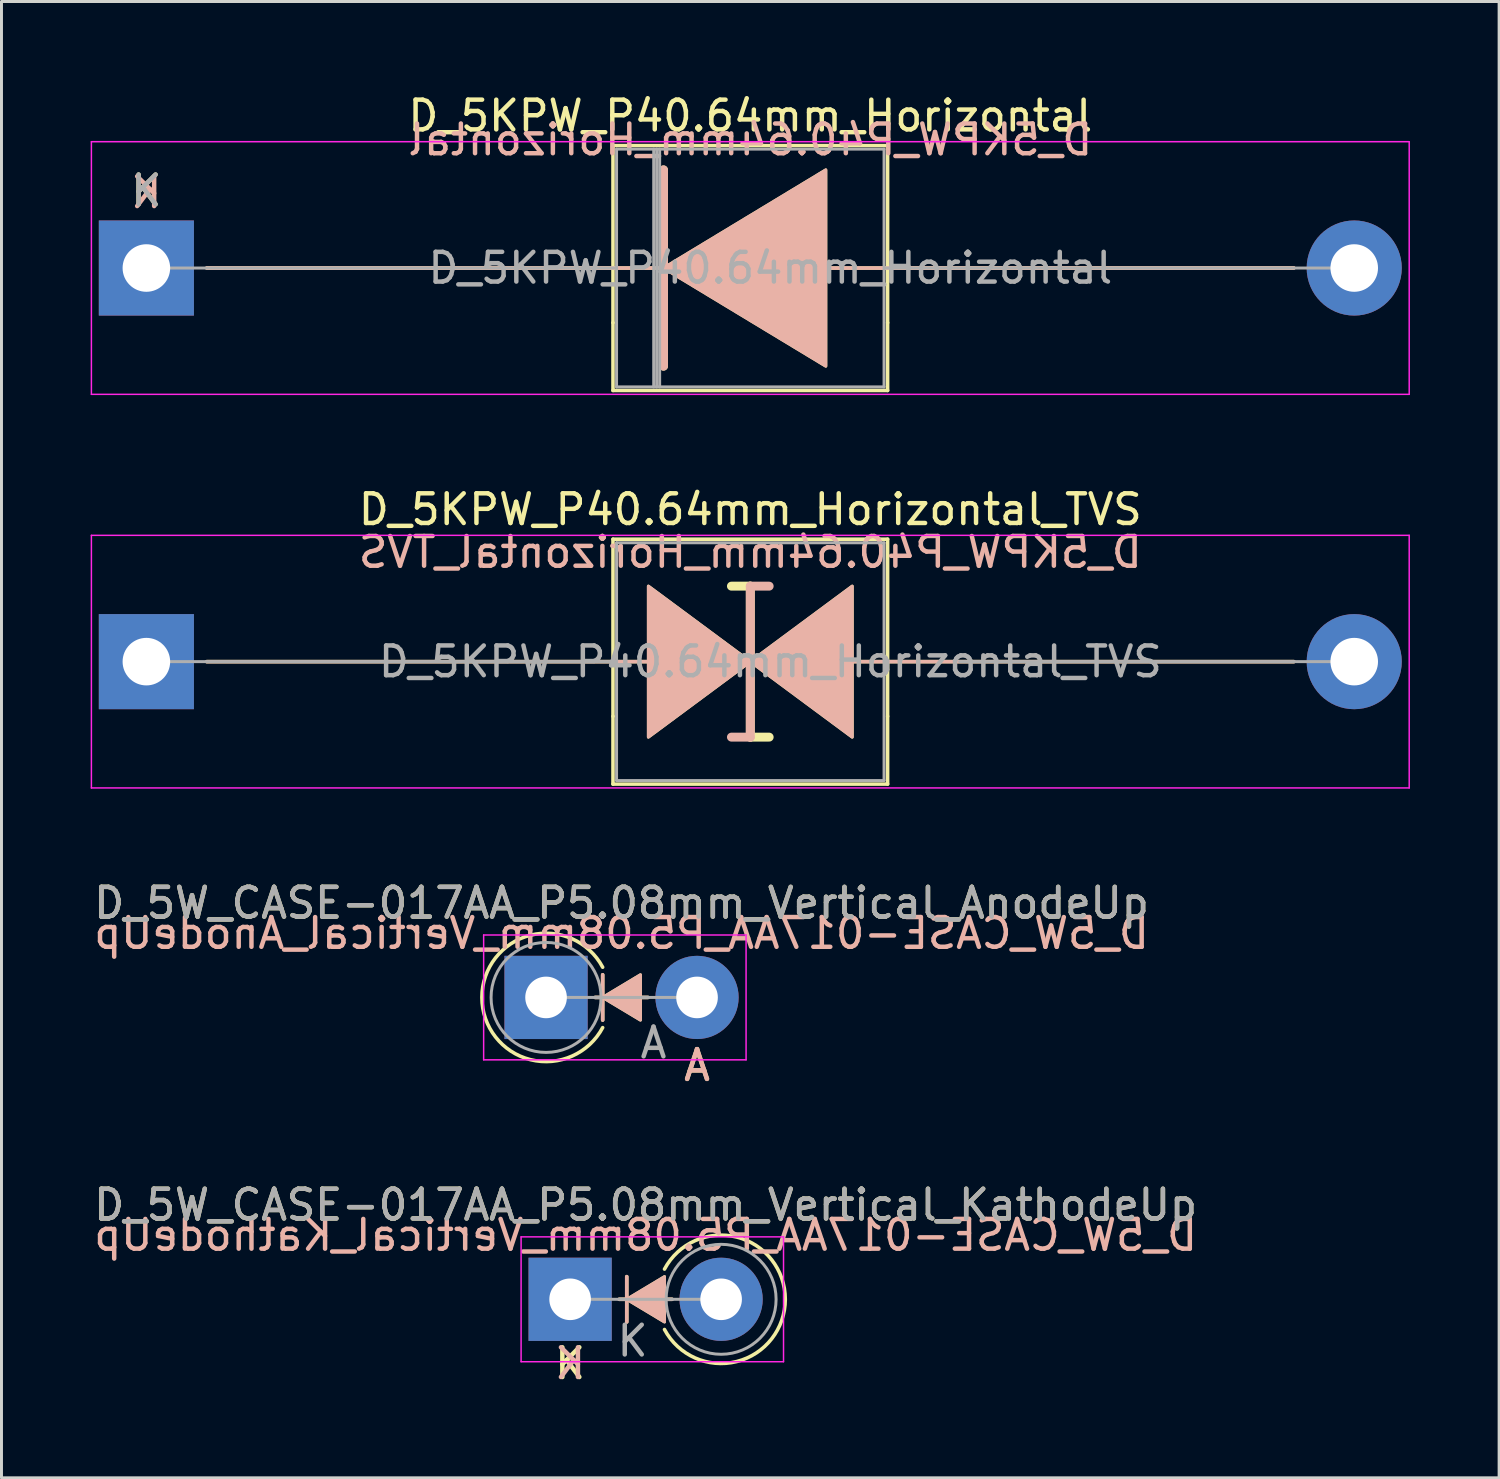
<source format=kicad_pcb>
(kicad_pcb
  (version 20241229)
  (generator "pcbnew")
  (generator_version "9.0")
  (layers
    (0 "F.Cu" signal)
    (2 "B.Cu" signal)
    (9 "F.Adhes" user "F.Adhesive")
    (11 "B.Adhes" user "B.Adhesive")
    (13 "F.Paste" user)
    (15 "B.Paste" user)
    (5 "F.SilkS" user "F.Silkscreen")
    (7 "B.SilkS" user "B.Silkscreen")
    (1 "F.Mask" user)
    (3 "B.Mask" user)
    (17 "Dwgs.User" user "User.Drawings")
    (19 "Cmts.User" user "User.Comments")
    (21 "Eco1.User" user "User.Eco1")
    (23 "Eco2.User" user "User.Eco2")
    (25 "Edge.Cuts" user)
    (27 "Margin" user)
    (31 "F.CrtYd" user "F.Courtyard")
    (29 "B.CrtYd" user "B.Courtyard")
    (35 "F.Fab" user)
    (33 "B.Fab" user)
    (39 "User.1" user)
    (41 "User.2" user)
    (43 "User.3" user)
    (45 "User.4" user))
  (footprint "D_5KPW_P40.64mm_Horizontal_TVS"
    (layer "F.Cu")
    (at 1.875 19.212)
    (property "Reference" "D_5KPW_P40.64mm_Horizontal_TVS" (at 20.32 -5.12 0) (layer "F.SilkS") (effects (font (size 1 1) (thickness 0.15))))
    (fp_line (start 15.7 -4.12) (end 24.94 -4.12) (stroke (width 0.12) (type solid)) (layer "F.SilkS"))
    (fp_line (start 15.7 1.84) (end 15.7 -4.12) (stroke (width 0.12) (type solid)) (layer "F.SilkS"))
    (fp_line (start 15.7 1.84) (end 15.7 4.12) (stroke (width 0.12) (type solid)) (layer "F.SilkS"))
    (fp_line (start 15.7 4.12) (end 24.94 4.12) (stroke (width 0.12) (type solid)) (layer "F.SilkS"))
    (fp_line (start 16.891 0) (end 2.032 0) (stroke (width 0.12) (type solid)) (layer "F.SilkS"))
    (fp_line (start 20.32 -2.54) (end 19.685 -2.54) (stroke (width 0.3) (type solid)) (layer "F.SilkS"))
    (fp_line (start 20.32 2.54) (end 20.32 -2.54) (stroke (width 0.3) (type solid)) (layer "F.SilkS"))
    (fp_line (start 20.955 2.54) (end 20.32 2.54) (stroke (width 0.3) (type solid)) (layer "F.SilkS"))
    (fp_line (start 24.94 -4.12) (end 24.94 1.84) (stroke (width 0.12) (type solid)) (layer "F.SilkS"))
    (fp_line (start 24.94 4.12) (end 24.94 1.84) (stroke (width 0.12) (type solid)) (layer "F.SilkS"))
    (fp_line (start 38.608 0) (end 23.749 0) (stroke (width 0.12) (type solid)) (layer "F.SilkS"))
    (fp_poly (pts (xy 20.32 0) (xy 16.891 2.54) (xy 16.891 -2.54)) (stroke (width 0.1) (type solid)) (fill yes) (layer "F.SilkS"))
    (fp_poly (pts (xy 20.32 0) (xy 23.749 -2.54) (xy 23.749 2.54)) (stroke (width 0.1) (type solid)) (fill yes) (layer "F.SilkS"))
    (fp_line (start 16.891 0) (end 2.032 0) (stroke (width 0.12) (type solid)) (layer "B.SilkS"))
    (fp_line (start 20.32 -2.54) (end 20.32 2.54) (stroke (width 0.3) (type solid)) (layer "B.SilkS"))
    (fp_line (start 20.32 2.54) (end 19.685 2.54) (stroke (width 0.3) (type solid)) (layer "B.SilkS"))
    (fp_line (start 20.955 -2.54) (end 20.32 -2.54) (stroke (width 0.3) (type solid)) (layer "B.SilkS"))
    (fp_line (start 38.608 0) (end 23.749 0) (stroke (width 0.12) (type solid)) (layer "B.SilkS"))
    (fp_poly (pts (xy 20.32 0) (xy 16.891 -2.54) (xy 16.891 2.54)) (stroke (width 0.1) (type solid)) (fill yes) (layer "B.SilkS"))
    (fp_poly (pts (xy 20.32 0) (xy 23.749 2.54) (xy 23.749 -2.54)) (stroke (width 0.1) (type solid)) (fill yes) (layer "B.SilkS"))
    (fp_line (start -1.85 -4.25) (end -1.85 4.25) (stroke (width 0.05) (type solid)) (layer "F.CrtYd"))
    (fp_line (start -1.85 4.25) (end 42.49 4.25) (stroke (width 0.05) (type solid)) (layer "F.CrtYd"))
    (fp_line (start 42.49 -4.25) (end -1.85 -4.25) (stroke (width 0.05) (type solid)) (layer "F.CrtYd"))
    (fp_line (start 42.49 4.25) (end 42.49 -4.25) (stroke (width 0.05) (type solid)) (layer "F.CrtYd"))
    (fp_line (start 0 0) (end 15.82 0) (stroke (width 0.1) (type solid)) (layer "F.Fab"))
    (fp_line (start 15.82 -4) (end 15.82 4) (stroke (width 0.1) (type solid)) (layer "F.Fab"))
    (fp_line (start 15.82 4) (end 24.82 4) (stroke (width 0.1) (type solid)) (layer "F.Fab"))
    (fp_line (start 24.82 -4) (end 15.82 -4) (stroke (width 0.1) (type solid)) (layer "F.Fab"))
    (fp_line (start 24.82 4) (end 24.82 -4) (stroke (width 0.1) (type solid)) (layer "F.Fab"))
    (fp_line (start 40.64 0) (end 27.36 0) (stroke (width 0.1) (type solid)) (layer "F.Fab"))
    (fp_text user "${REFERENCE}" (at 20.32 -3.683 0) (layer "B.SilkS") (effects (font (size 1 1) (thickness 0.15)) (justify mirror)))
    (fp_text user "${REFERENCE}" (at 20.995 0 0) (layer "F.Fab") (effects (font (size 1 1) (thickness 0.15))))
    (pad "1" thru_hole rect (at 0 0) (size 3.2 3.2) (drill 1.6) (layers "*.Cu" "*.Mask"))
    (pad "2" thru_hole oval (at 40.64 0) (size 3.2 3.2) (drill 1.6) (layers "*.Cu" "*.Mask")))
  (footprint "D_5W_CASE-017AA_P5.08mm_Vertical_KathodeUp"
    (layer "F.Cu")
    (at 16.133 40.667)
    (property "Reference" "D_5W_CASE-017AA_P5.08mm_Vertical_KathodeUp" (at 2.54 -3.175 0) (layer "F.SilkS") (effects (font (size 1 1) (thickness 0.15))))
    (attr through_hole)
    (fp_line (start 1.651 0) (end 3.429 0) (stroke (width 0.12) (type solid)) (layer "F.SilkS"))
    (fp_line (start 1.905 -0.762) (end 1.905 0.762) (stroke (width 0.12) (type solid)) (layer "F.SilkS"))
    (fp_arc (start 3.175 -1.016) (mid 7.238998 0) (end 3.175 1.016) (stroke (width 0.12) (type solid)) (layer "F.SilkS"))
    (fp_poly (pts (xy 3.175 0.762) (xy 1.905 0) (xy 3.175 -0.762)) (stroke (width 0.1) (type solid)) (fill yes) (layer "F.SilkS"))
    (fp_line (start 1.651 0) (end 3.429 0) (stroke (width 0.12) (type solid)) (layer "B.SilkS"))
    (fp_line (start 1.905 0.762) (end 1.905 -0.762) (stroke (width 0.12) (type solid)) (layer "B.SilkS"))
    (fp_poly (pts (xy 3.175 -0.762) (xy 1.905 0) (xy 3.175 0.762)) (stroke (width 0.1) (type solid)) (fill yes) (layer "B.SilkS"))
    (fp_line (start -1.65 -2.1) (end -1.65 2.1) (stroke (width 0.05) (type solid)) (layer "F.CrtYd"))
    (fp_line (start -1.65 2.1) (end 7.18 2.1) (stroke (width 0.05) (type solid)) (layer "F.CrtYd"))
    (fp_line (start 7.18 -2.1) (end -1.65 -2.1) (stroke (width 0.05) (type solid)) (layer "F.CrtYd"))
    (fp_line (start 7.18 2.1) (end 7.18 -2.1) (stroke (width 0.05) (type solid)) (layer "F.CrtYd"))
    (fp_line (start 0 0) (end 5.08 0) (stroke (width 0.1) (type solid)) (layer "F.Fab"))
    (fp_circle (center 5.08 0) (end 6.93 0) (stroke (width 0.1) (type solid)) (fill no) (layer "F.Fab"))
    (fp_text user "K" (at 0 2.159 0) (layer "F.SilkS") (effects (font (size 1 1) (thickness 0.15))))
    (fp_text user "K" (at 0 2.159 0) (layer "B.SilkS") (effects (font (size 1 1) (thickness 0.15)) (justify mirror)))
    (fp_text user "${REFERENCE}" (at 2.54 -2.159 0) (layer "B.SilkS") (effects (font (size 1 1) (thickness 0.15)) (justify mirror)))
    (fp_text user "K" (at 2.1 1.4 0) (layer "F.Fab") (effects (font (size 1 1) (thickness 0.15))))
    (fp_text user "${REFERENCE}" (at 2.54 -3.175 0) (layer "F.Fab") (effects (font (size 1 1) (thickness 0.15))))
    (pad "1" thru_hole rect (at 0 0) (size 2.8 2.8) (drill 1.4) (layers "*.Cu" "*.Mask"))
    (pad "2" thru_hole oval (at 5.08 0) (size 2.8 2.8) (drill 1.4) (layers "*.Cu" "*.Mask")))
  (footprint "D_5KPW_P40.64mm_Horizontal"
    (layer "F.Cu")
    (at 1.875 5.968)
    (property "Reference" "D_5KPW_P40.64mm_Horizontal" (at 20.32 -5.12 0) (layer "F.SilkS") (effects (font (size 1 1) (thickness 0.15))))
    (fp_line (start 2.032 0) (end 17.399 0) (stroke (width 0.12) (type solid)) (layer "F.SilkS"))
    (fp_line (start 15.7 -4.12) (end 24.94 -4.12) (stroke (width 0.12) (type solid)) (layer "F.SilkS"))
    (fp_line (start 15.7 1.84) (end 15.7 -4.12) (stroke (width 0.12) (type solid)) (layer "F.SilkS"))
    (fp_line (start 15.7 1.84) (end 15.7 4.12) (stroke (width 0.12) (type solid)) (layer "F.SilkS"))
    (fp_line (start 15.7 4.12) (end 24.94 4.12) (stroke (width 0.12) (type solid)) (layer "F.SilkS"))
    (fp_line (start 17.399 -3.302) (end 17.399 3.302) (stroke (width 0.3) (type solid)) (layer "F.SilkS"))
    (fp_line (start 24.94 -4.12) (end 24.94 1.84) (stroke (width 0.12) (type solid)) (layer "F.SilkS"))
    (fp_line (start 24.94 4.12) (end 24.94 1.84) (stroke (width 0.12) (type solid)) (layer "F.SilkS"))
    (fp_line (start 38.608 0) (end 22.37 0) (stroke (width 0.12) (type solid)) (layer "F.SilkS"))
    (fp_poly (pts (xy 22.86 3.302) (xy 17.399 0) (xy 22.86 -3.302)) (stroke (width 0.1) (type solid)) (fill yes) (layer "F.SilkS"))
    (fp_line (start 2.032 0) (end 17.399 0) (stroke (width 0.12) (type solid)) (layer "B.SilkS"))
    (fp_line (start 17.399 3.302) (end 17.399 -3.302) (stroke (width 0.3) (type solid)) (layer "B.SilkS"))
    (fp_line (start 38.608 0) (end 22.37 0) (stroke (width 0.12) (type solid)) (layer "B.SilkS"))
    (fp_poly (pts (xy 22.86 -3.302) (xy 17.399 0) (xy 22.86 3.302)) (stroke (width 0.1) (type solid)) (fill yes) (layer "B.SilkS"))
    (fp_line (start -1.85 -4.25) (end -1.85 4.25) (stroke (width 0.05) (type solid)) (layer "F.CrtYd"))
    (fp_line (start -1.85 4.25) (end 42.49 4.25) (stroke (width 0.05) (type solid)) (layer "F.CrtYd"))
    (fp_line (start 42.49 -4.25) (end -1.85 -4.25) (stroke (width 0.05) (type solid)) (layer "F.CrtYd"))
    (fp_line (start 42.49 4.25) (end 42.49 -4.25) (stroke (width 0.05) (type solid)) (layer "F.CrtYd"))
    (fp_line (start 0 0) (end 15.82 0) (stroke (width 0.1) (type solid)) (layer "F.Fab"))
    (fp_line (start 15.82 -4) (end 15.82 4) (stroke (width 0.1) (type solid)) (layer "F.Fab"))
    (fp_line (start 15.82 4) (end 24.82 4) (stroke (width 0.1) (type solid)) (layer "F.Fab"))
    (fp_line (start 17.07 -4) (end 17.07 4) (stroke (width 0.1) (type solid)) (layer "F.Fab"))
    (fp_line (start 17.17 -4) (end 17.17 4) (stroke (width 0.1) (type solid)) (layer "F.Fab"))
    (fp_line (start 17.27 -4) (end 17.27 4) (stroke (width 0.1) (type solid)) (layer "F.Fab"))
    (fp_line (start 24.82 -4) (end 15.82 -4) (stroke (width 0.1) (type solid)) (layer "F.Fab"))
    (fp_line (start 24.82 4) (end 24.82 -4) (stroke (width 0.1) (type solid)) (layer "F.Fab"))
    (fp_line (start 40.64 0) (end 24.892 0) (stroke (width 0.1) (type solid)) (layer "F.Fab"))
    (fp_text user "K" (at 0 -2.6 0) (layer "F.SilkS") (effects (font (size 1 1) (thickness 0.15))))
    (fp_text user "K" (at 0 -2.54 180) (layer "B.SilkS") (effects (font (size 1 1) (thickness 0.15)) (justify mirror)))
    (fp_text user "${REFERENCE}" (at 20.32 -4.318 0) (layer "B.SilkS") (effects (font (size 1 1) (thickness 0.15)) (justify mirror)))
    (fp_text user "K" (at 0 -2.6 0) (layer "F.Fab") (effects (font (size 1 1) (thickness 0.15))))
    (fp_text user "${REFERENCE}" (at 20.995 0 0) (layer "F.Fab") (effects (font (size 1 1) (thickness 0.15))))
    (pad "1" thru_hole rect (at 0 0) (size 3.2 3.2) (drill 1.6) (layers "*.Cu" "*.Mask"))
    (pad "2" thru_hole oval (at 40.64 0) (size 3.2 3.2) (drill 1.6) (layers "*.Cu" "*.Mask")))
  (footprint "D_5W_CASE-017AA_P5.08mm_Vertical_AnodeUp"
    (layer "F.Cu")
    (at 15.323 30.51)
    (property "Reference" "D_5W_CASE-017AA_P5.08mm_Vertical_AnodeUp" (at 2.54 -3.175 0) (layer "F.SilkS") (effects (font (size 1 1) (thickness 0.15))))
    (attr through_hole)
    (fp_line (start 1.651 0) (end 3.429 0) (stroke (width 0.12) (type solid)) (layer "F.SilkS"))
    (fp_line (start 1.905 -0.762) (end 1.905 0.762) (stroke (width 0.12) (type solid)) (layer "F.SilkS"))
    (fp_arc (start 1.904999 1.016) (mid -2.158999 0) (end 1.904999 -1.016) (stroke (width 0.12) (type solid)) (layer "F.SilkS"))
    (fp_poly (pts (xy 3.175 0.762) (xy 1.905 0) (xy 3.175 -0.762)) (stroke (width 0.1) (type solid)) (fill yes) (layer "F.SilkS"))
    (fp_line (start 1.651 0) (end 3.429 0) (stroke (width 0.12) (type solid)) (layer "B.SilkS"))
    (fp_line (start 1.905 0.762) (end 1.905 -0.762) (stroke (width 0.12) (type solid)) (layer "B.SilkS"))
    (fp_poly (pts (xy 3.175 -0.762) (xy 1.905 0) (xy 3.175 0.762)) (stroke (width 0.1) (type solid)) (fill yes) (layer "B.SilkS"))
    (fp_line (start -2.1 -2.1) (end -2.1 2.1) (stroke (width 0.05) (type solid)) (layer "F.CrtYd"))
    (fp_line (start -2.1 2.1) (end 6.73 2.1) (stroke (width 0.05) (type solid)) (layer "F.CrtYd"))
    (fp_line (start 6.73 -2.1) (end -2.1 -2.1) (stroke (width 0.05) (type solid)) (layer "F.CrtYd"))
    (fp_line (start 6.73 2.1) (end 6.73 -2.1) (stroke (width 0.05) (type solid)) (layer "F.CrtYd"))
    (fp_line (start 0 0) (end 5.08 0) (stroke (width 0.1) (type solid)) (layer "F.Fab"))
    (fp_circle (center 0 0) (end 1.85 0) (stroke (width 0.1) (type solid)) (fill no) (layer "F.Fab"))
    (fp_text user "A" (at 5.08 2.286 0) (layer "F.SilkS") (effects (font (size 1 1) (thickness 0.15))))
    (fp_text user "${REFERENCE}" (at 2.54 -2.159 0) (layer "B.SilkS") (effects (font (size 1 1) (thickness 0.15)) (justify mirror)))
    (fp_text user "A" (at 5.08 2.286 0) (layer "B.SilkS") (effects (font (size 1 1) (thickness 0.15)) (justify mirror)))
    (fp_text user "A" (at 3.615 1.527 0) (layer "F.Fab") (effects (font (size 1 1) (thickness 0.15))))
    (fp_text user "${REFERENCE}" (at 2.54 -3.175 0) (layer "F.Fab") (effects (font (size 1 1) (thickness 0.15))))
    (pad "1" thru_hole rect (at 0 0) (size 2.8 2.8) (drill 1.4) (layers "*.Cu" "*.Mask"))
    (pad "2" thru_hole oval (at 5.08 0) (size 2.8 2.8) (drill 1.4) (layers "*.Cu" "*.Mask")))
  (gr_rect
    (start -3 -3)
    (end 47.39 46.674)
    (stroke (width 0.1) (type default))
    (fill no)
    (layer "Edge.Cuts")))
</source>
